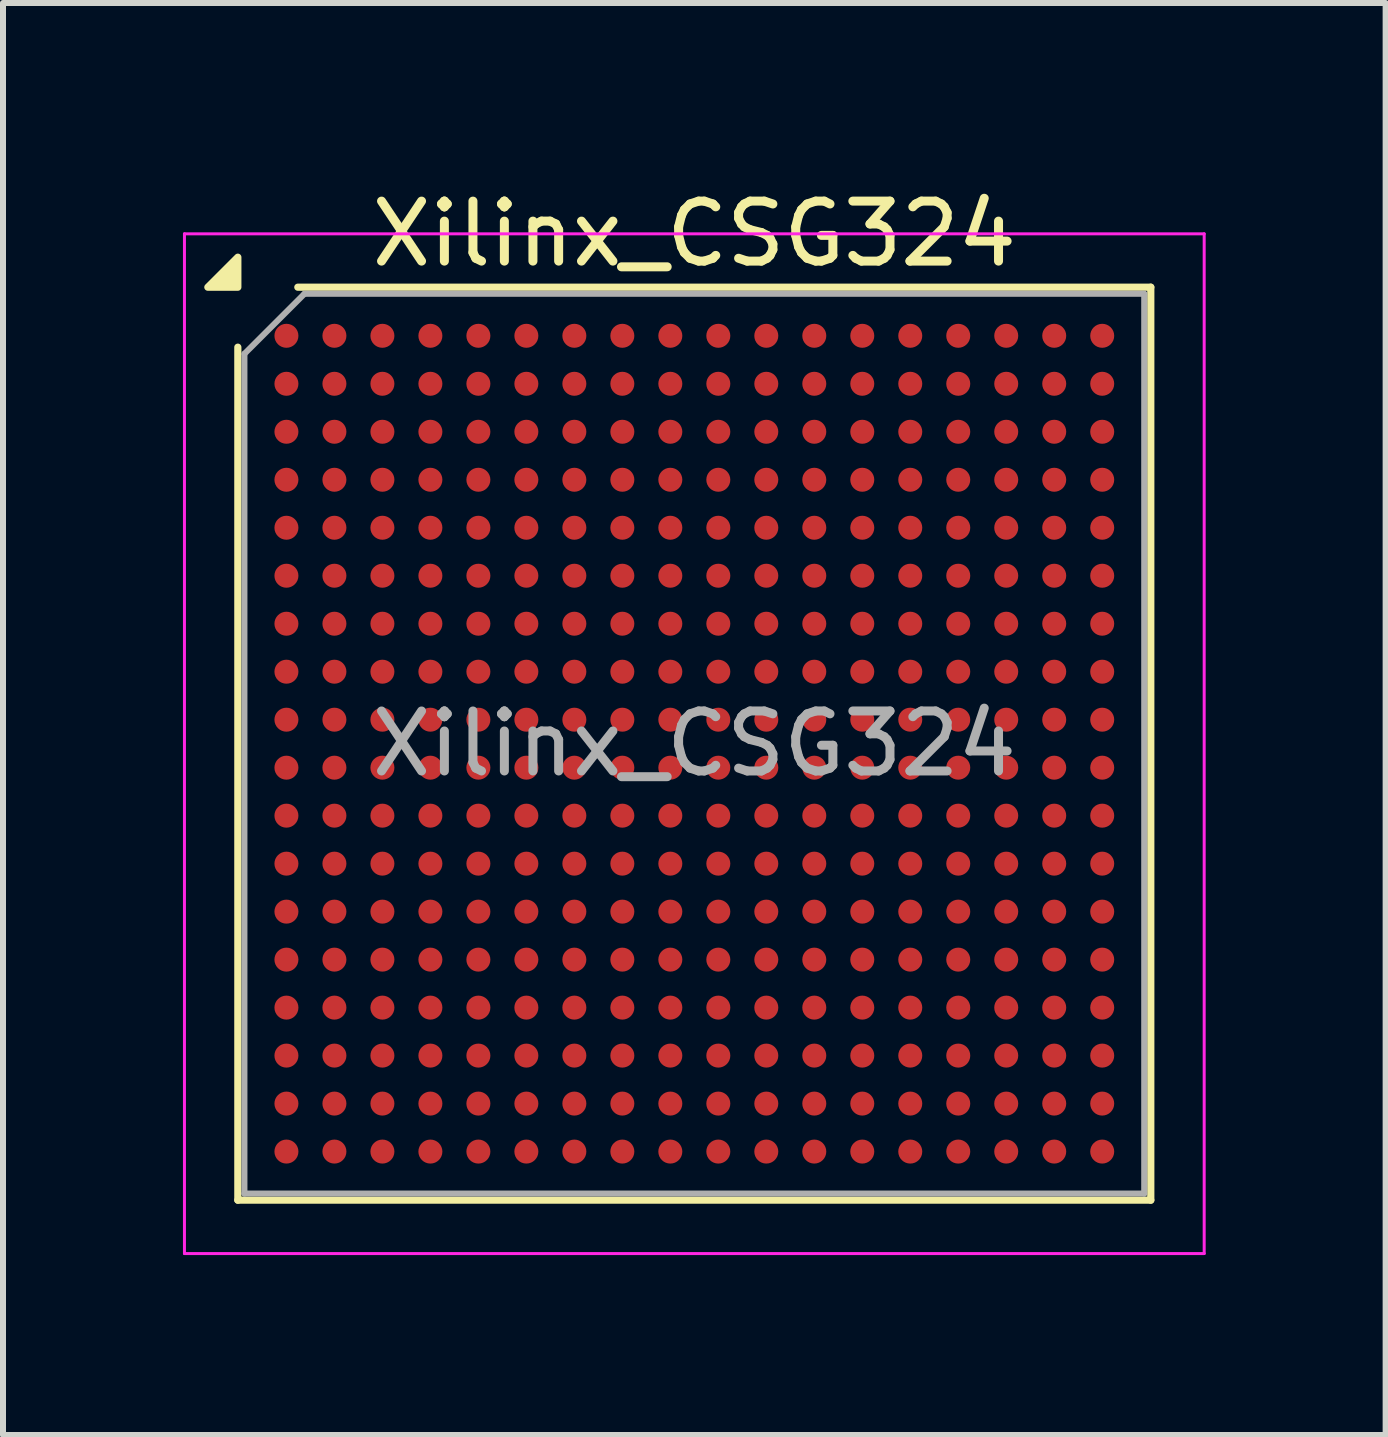
<source format=kicad_pcb>
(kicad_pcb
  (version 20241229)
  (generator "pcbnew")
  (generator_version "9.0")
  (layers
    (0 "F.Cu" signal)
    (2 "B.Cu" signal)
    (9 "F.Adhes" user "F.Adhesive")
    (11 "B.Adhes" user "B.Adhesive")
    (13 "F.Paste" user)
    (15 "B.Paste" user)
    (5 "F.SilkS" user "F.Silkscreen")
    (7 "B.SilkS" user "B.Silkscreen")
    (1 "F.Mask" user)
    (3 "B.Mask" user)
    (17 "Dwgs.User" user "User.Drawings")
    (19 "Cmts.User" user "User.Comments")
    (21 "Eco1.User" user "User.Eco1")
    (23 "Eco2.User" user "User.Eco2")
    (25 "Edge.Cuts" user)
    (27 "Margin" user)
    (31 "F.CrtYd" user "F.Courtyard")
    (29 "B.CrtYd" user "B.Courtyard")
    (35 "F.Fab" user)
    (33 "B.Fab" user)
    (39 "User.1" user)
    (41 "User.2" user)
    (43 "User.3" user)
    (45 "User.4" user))
  (footprint "Xilinx_CSG324"
    (layer "F.Cu")
    (at 8.525 9.348)
    (property "Reference" "Xilinx_CSG324" (at 0 -8.5 0) (layer "F.SilkS") (effects (font (size 1 1) (thickness 0.15))))
    (attr smd)
    (fp_line (start -7.61 7.61) (end -7.61 -6.61) (stroke (width 0.12) (type solid)) (layer "F.SilkS"))
    (fp_line (start -6.61 -7.61) (end 7.61 -7.61) (stroke (width 0.12) (type solid)) (layer "F.SilkS"))
    (fp_line (start 7.61 -7.61) (end 7.61 7.61) (stroke (width 0.12) (type solid)) (layer "F.SilkS"))
    (fp_line (start 7.61 7.61) (end -7.61 7.61) (stroke (width 0.12) (type solid)) (layer "F.SilkS"))
    (fp_poly (pts (xy -7.61 -7.61) (xy -8.11 -7.61) (xy -7.61 -8.11) (xy -7.61 -7.61)) (stroke (width 0.12) (type solid)) (fill yes) (layer "F.SilkS"))
    (fp_line (start -8.5 -8.5) (end -8.5 8.5) (stroke (width 0.05) (type solid)) (layer "F.CrtYd"))
    (fp_line (start -8.5 8.5) (end 8.5 8.5) (stroke (width 0.05) (type solid)) (layer "F.CrtYd"))
    (fp_line (start 8.5 -8.5) (end -8.5 -8.5) (stroke (width 0.05) (type solid)) (layer "F.CrtYd"))
    (fp_line (start 8.5 8.5) (end 8.5 -8.5) (stroke (width 0.05) (type solid)) (layer "F.CrtYd"))
    (fp_line (start -7.5 -6.5) (end -6.5 -7.5) (stroke (width 0.1) (type solid)) (layer "F.Fab"))
    (fp_line (start -7.5 7.5) (end -7.5 -6.5) (stroke (width 0.1) (type solid)) (layer "F.Fab"))
    (fp_line (start -6.5 -7.5) (end 7.5 -7.5) (stroke (width 0.1) (type solid)) (layer "F.Fab"))
    (fp_line (start 7.5 -7.5) (end 7.5 7.5) (stroke (width 0.1) (type solid)) (layer "F.Fab"))
    (fp_line (start 7.5 7.5) (end -7.5 7.5) (stroke (width 0.1) (type solid)) (layer "F.Fab"))
    (fp_text user "${REFERENCE}" (at 0 0 0) (layer "F.Fab") (effects (font (size 1 1) (thickness 0.15))))
    (pad "A1" smd circle (at -6.8 -6.8) (size 0.4 0.4) (property pad_prop_bga) (layers "F.Cu" "F.Mask" "F.Paste"))
    (pad "A2" smd circle (at -6 -6.8) (size 0.4 0.4) (property pad_prop_bga) (layers "F.Cu" "F.Mask" "F.Paste"))
    (pad "A3" smd circle (at -5.2 -6.8) (size 0.4 0.4) (property pad_prop_bga) (layers "F.Cu" "F.Mask" "F.Paste"))
    (pad "A4" smd circle (at -4.4 -6.8) (size 0.4 0.4) (property pad_prop_bga) (layers "F.Cu" "F.Mask" "F.Paste"))
    (pad "A5" smd circle (at -3.6 -6.8) (size 0.4 0.4) (property pad_prop_bga) (layers "F.Cu" "F.Mask" "F.Paste"))
    (pad "A6" smd circle (at -2.8 -6.8) (size 0.4 0.4) (property pad_prop_bga) (layers "F.Cu" "F.Mask" "F.Paste"))
    (pad "A7" smd circle (at -2 -6.8) (size 0.4 0.4) (property pad_prop_bga) (layers "F.Cu" "F.Mask" "F.Paste"))
    (pad "A8" smd circle (at -1.2 -6.8) (size 0.4 0.4) (property pad_prop_bga) (layers "F.Cu" "F.Mask" "F.Paste"))
    (pad "A9" smd circle (at -0.4 -6.8) (size 0.4 0.4) (property pad_prop_bga) (layers "F.Cu" "F.Mask" "F.Paste"))
    (pad "A10" smd circle (at 0.4 -6.8) (size 0.4 0.4) (property pad_prop_bga) (layers "F.Cu" "F.Mask" "F.Paste"))
    (pad "A11" smd circle (at 1.2 -6.8) (size 0.4 0.4) (property pad_prop_bga) (layers "F.Cu" "F.Mask" "F.Paste"))
    (pad "A12" smd circle (at 2 -6.8) (size 0.4 0.4) (property pad_prop_bga) (layers "F.Cu" "F.Mask" "F.Paste"))
    (pad "A13" smd circle (at 2.8 -6.8) (size 0.4 0.4) (property pad_prop_bga) (layers "F.Cu" "F.Mask" "F.Paste"))
    (pad "A14" smd circle (at 3.6 -6.8) (size 0.4 0.4) (property pad_prop_bga) (layers "F.Cu" "F.Mask" "F.Paste"))
    (pad "A15" smd circle (at 4.4 -6.8) (size 0.4 0.4) (property pad_prop_bga) (layers "F.Cu" "F.Mask" "F.Paste"))
    (pad "A16" smd circle (at 5.2 -6.8) (size 0.4 0.4) (property pad_prop_bga) (layers "F.Cu" "F.Mask" "F.Paste"))
    (pad "A17" smd circle (at 6 -6.8) (size 0.4 0.4) (property pad_prop_bga) (layers "F.Cu" "F.Mask" "F.Paste"))
    (pad "A18" smd circle (at 6.8 -6.8) (size 0.4 0.4) (property pad_prop_bga) (layers "F.Cu" "F.Mask" "F.Paste"))
    (pad "B1" smd circle (at -6.8 -6) (size 0.4 0.4) (property pad_prop_bga) (layers "F.Cu" "F.Mask" "F.Paste"))
    (pad "B2" smd circle (at -6 -6) (size 0.4 0.4) (property pad_prop_bga) (layers "F.Cu" "F.Mask" "F.Paste"))
    (pad "B3" smd circle (at -5.2 -6) (size 0.4 0.4) (property pad_prop_bga) (layers "F.Cu" "F.Mask" "F.Paste"))
    (pad "B4" smd circle (at -4.4 -6) (size 0.4 0.4) (property pad_prop_bga) (layers "F.Cu" "F.Mask" "F.Paste"))
    (pad "B5" smd circle (at -3.6 -6) (size 0.4 0.4) (property pad_prop_bga) (layers "F.Cu" "F.Mask" "F.Paste"))
    (pad "B6" smd circle (at -2.8 -6) (size 0.4 0.4) (property pad_prop_bga) (layers "F.Cu" "F.Mask" "F.Paste"))
    (pad "B7" smd circle (at -2 -6) (size 0.4 0.4) (property pad_prop_bga) (layers "F.Cu" "F.Mask" "F.Paste"))
    (pad "B8" smd circle (at -1.2 -6) (size 0.4 0.4) (property pad_prop_bga) (layers "F.Cu" "F.Mask" "F.Paste"))
    (pad "B9" smd circle (at -0.4 -6) (size 0.4 0.4) (property pad_prop_bga) (layers "F.Cu" "F.Mask" "F.Paste"))
    (pad "B10" smd circle (at 0.4 -6) (size 0.4 0.4) (property pad_prop_bga) (layers "F.Cu" "F.Mask" "F.Paste"))
    (pad "B11" smd circle (at 1.2 -6) (size 0.4 0.4) (property pad_prop_bga) (layers "F.Cu" "F.Mask" "F.Paste"))
    (pad "B12" smd circle (at 2 -6) (size 0.4 0.4) (property pad_prop_bga) (layers "F.Cu" "F.Mask" "F.Paste"))
    (pad "B13" smd circle (at 2.8 -6) (size 0.4 0.4) (property pad_prop_bga) (layers "F.Cu" "F.Mask" "F.Paste"))
    (pad "B14" smd circle (at 3.6 -6) (size 0.4 0.4) (property pad_prop_bga) (layers "F.Cu" "F.Mask" "F.Paste"))
    (pad "B15" smd circle (at 4.4 -6) (size 0.4 0.4) (property pad_prop_bga) (layers "F.Cu" "F.Mask" "F.Paste"))
    (pad "B16" smd circle (at 5.2 -6) (size 0.4 0.4) (property pad_prop_bga) (layers "F.Cu" "F.Mask" "F.Paste"))
    (pad "B17" smd circle (at 6 -6) (size 0.4 0.4) (property pad_prop_bga) (layers "F.Cu" "F.Mask" "F.Paste"))
    (pad "B18" smd circle (at 6.8 -6) (size 0.4 0.4) (property pad_prop_bga) (layers "F.Cu" "F.Mask" "F.Paste"))
    (pad "C1" smd circle (at -6.8 -5.2) (size 0.4 0.4) (property pad_prop_bga) (layers "F.Cu" "F.Mask" "F.Paste"))
    (pad "C2" smd circle (at -6 -5.2) (size 0.4 0.4) (property pad_prop_bga) (layers "F.Cu" "F.Mask" "F.Paste"))
    (pad "C3" smd circle (at -5.2 -5.2) (size 0.4 0.4) (property pad_prop_bga) (layers "F.Cu" "F.Mask" "F.Paste"))
    (pad "C4" smd circle (at -4.4 -5.2) (size 0.4 0.4) (property pad_prop_bga) (layers "F.Cu" "F.Mask" "F.Paste"))
    (pad "C5" smd circle (at -3.6 -5.2) (size 0.4 0.4) (property pad_prop_bga) (layers "F.Cu" "F.Mask" "F.Paste"))
    (pad "C6" smd circle (at -2.8 -5.2) (size 0.4 0.4) (property pad_prop_bga) (layers "F.Cu" "F.Mask" "F.Paste"))
    (pad "C7" smd circle (at -2 -5.2) (size 0.4 0.4) (property pad_prop_bga) (layers "F.Cu" "F.Mask" "F.Paste"))
    (pad "C8" smd circle (at -1.2 -5.2) (size 0.4 0.4) (property pad_prop_bga) (layers "F.Cu" "F.Mask" "F.Paste"))
    (pad "C9" smd circle (at -0.4 -5.2) (size 0.4 0.4) (property pad_prop_bga) (layers "F.Cu" "F.Mask" "F.Paste"))
    (pad "C10" smd circle (at 0.4 -5.2) (size 0.4 0.4) (property pad_prop_bga) (layers "F.Cu" "F.Mask" "F.Paste"))
    (pad "C11" smd circle (at 1.2 -5.2) (size 0.4 0.4) (property pad_prop_bga) (layers "F.Cu" "F.Mask" "F.Paste"))
    (pad "C12" smd circle (at 2 -5.2) (size 0.4 0.4) (property pad_prop_bga) (layers "F.Cu" "F.Mask" "F.Paste"))
    (pad "C13" smd circle (at 2.8 -5.2) (size 0.4 0.4) (property pad_prop_bga) (layers "F.Cu" "F.Mask" "F.Paste"))
    (pad "C14" smd circle (at 3.6 -5.2) (size 0.4 0.4) (property pad_prop_bga) (layers "F.Cu" "F.Mask" "F.Paste"))
    (pad "C15" smd circle (at 4.4 -5.2) (size 0.4 0.4) (property pad_prop_bga) (layers "F.Cu" "F.Mask" "F.Paste"))
    (pad "C16" smd circle (at 5.2 -5.2) (size 0.4 0.4) (property pad_prop_bga) (layers "F.Cu" "F.Mask" "F.Paste"))
    (pad "C17" smd circle (at 6 -5.2) (size 0.4 0.4) (property pad_prop_bga) (layers "F.Cu" "F.Mask" "F.Paste"))
    (pad "C18" smd circle (at 6.8 -5.2) (size 0.4 0.4) (property pad_prop_bga) (layers "F.Cu" "F.Mask" "F.Paste"))
    (pad "D1" smd circle (at -6.8 -4.4) (size 0.4 0.4) (property pad_prop_bga) (layers "F.Cu" "F.Mask" "F.Paste"))
    (pad "D2" smd circle (at -6 -4.4) (size 0.4 0.4) (property pad_prop_bga) (layers "F.Cu" "F.Mask" "F.Paste"))
    (pad "D3" smd circle (at -5.2 -4.4) (size 0.4 0.4) (property pad_prop_bga) (layers "F.Cu" "F.Mask" "F.Paste"))
    (pad "D4" smd circle (at -4.4 -4.4) (size 0.4 0.4) (property pad_prop_bga) (layers "F.Cu" "F.Mask" "F.Paste"))
    (pad "D5" smd circle (at -3.6 -4.4) (size 0.4 0.4) (property pad_prop_bga) (layers "F.Cu" "F.Mask" "F.Paste"))
    (pad "D6" smd circle (at -2.8 -4.4) (size 0.4 0.4) (property pad_prop_bga) (layers "F.Cu" "F.Mask" "F.Paste"))
    (pad "D7" smd circle (at -2 -4.4) (size 0.4 0.4) (property pad_prop_bga) (layers "F.Cu" "F.Mask" "F.Paste"))
    (pad "D8" smd circle (at -1.2 -4.4) (size 0.4 0.4) (property pad_prop_bga) (layers "F.Cu" "F.Mask" "F.Paste"))
    (pad "D9" smd circle (at -0.4 -4.4) (size 0.4 0.4) (property pad_prop_bga) (layers "F.Cu" "F.Mask" "F.Paste"))
    (pad "D10" smd circle (at 0.4 -4.4) (size 0.4 0.4) (property pad_prop_bga) (layers "F.Cu" "F.Mask" "F.Paste"))
    (pad "D11" smd circle (at 1.2 -4.4) (size 0.4 0.4) (property pad_prop_bga) (layers "F.Cu" "F.Mask" "F.Paste"))
    (pad "D12" smd circle (at 2 -4.4) (size 0.4 0.4) (property pad_prop_bga) (layers "F.Cu" "F.Mask" "F.Paste"))
    (pad "D13" smd circle (at 2.8 -4.4) (size 0.4 0.4) (property pad_prop_bga) (layers "F.Cu" "F.Mask" "F.Paste"))
    (pad "D14" smd circle (at 3.6 -4.4) (size 0.4 0.4) (property pad_prop_bga) (layers "F.Cu" "F.Mask" "F.Paste"))
    (pad "D15" smd circle (at 4.4 -4.4) (size 0.4 0.4) (property pad_prop_bga) (layers "F.Cu" "F.Mask" "F.Paste"))
    (pad "D16" smd circle (at 5.2 -4.4) (size 0.4 0.4) (property pad_prop_bga) (layers "F.Cu" "F.Mask" "F.Paste"))
    (pad "D17" smd circle (at 6 -4.4) (size 0.4 0.4) (property pad_prop_bga) (layers "F.Cu" "F.Mask" "F.Paste"))
    (pad "D18" smd circle (at 6.8 -4.4) (size 0.4 0.4) (property pad_prop_bga) (layers "F.Cu" "F.Mask" "F.Paste"))
    (pad "E1" smd circle (at -6.8 -3.6) (size 0.4 0.4) (property pad_prop_bga) (layers "F.Cu" "F.Mask" "F.Paste"))
    (pad "E2" smd circle (at -6 -3.6) (size 0.4 0.4) (property pad_prop_bga) (layers "F.Cu" "F.Mask" "F.Paste"))
    (pad "E3" smd circle (at -5.2 -3.6) (size 0.4 0.4) (property pad_prop_bga) (layers "F.Cu" "F.Mask" "F.Paste"))
    (pad "E4" smd circle (at -4.4 -3.6) (size 0.4 0.4) (property pad_prop_bga) (layers "F.Cu" "F.Mask" "F.Paste"))
    (pad "E5" smd circle (at -3.6 -3.6) (size 0.4 0.4) (property pad_prop_bga) (layers "F.Cu" "F.Mask" "F.Paste"))
    (pad "E6" smd circle (at -2.8 -3.6) (size 0.4 0.4) (property pad_prop_bga) (layers "F.Cu" "F.Mask" "F.Paste"))
    (pad "E7" smd circle (at -2 -3.6) (size 0.4 0.4) (property pad_prop_bga) (layers "F.Cu" "F.Mask" "F.Paste"))
    (pad "E8" smd circle (at -1.2 -3.6) (size 0.4 0.4) (property pad_prop_bga) (layers "F.Cu" "F.Mask" "F.Paste"))
    (pad "E9" smd circle (at -0.4 -3.6) (size 0.4 0.4) (property pad_prop_bga) (layers "F.Cu" "F.Mask" "F.Paste"))
    (pad "E10" smd circle (at 0.4 -3.6) (size 0.4 0.4) (property pad_prop_bga) (layers "F.Cu" "F.Mask" "F.Paste"))
    (pad "E11" smd circle (at 1.2 -3.6) (size 0.4 0.4) (property pad_prop_bga) (layers "F.Cu" "F.Mask" "F.Paste"))
    (pad "E12" smd circle (at 2 -3.6) (size 0.4 0.4) (property pad_prop_bga) (layers "F.Cu" "F.Mask" "F.Paste"))
    (pad "E13" smd circle (at 2.8 -3.6) (size 0.4 0.4) (property pad_prop_bga) (layers "F.Cu" "F.Mask" "F.Paste"))
    (pad "E14" smd circle (at 3.6 -3.6) (size 0.4 0.4) (property pad_prop_bga) (layers "F.Cu" "F.Mask" "F.Paste"))
    (pad "E15" smd circle (at 4.4 -3.6) (size 0.4 0.4) (property pad_prop_bga) (layers "F.Cu" "F.Mask" "F.Paste"))
    (pad "E16" smd circle (at 5.2 -3.6) (size 0.4 0.4) (property pad_prop_bga) (layers "F.Cu" "F.Mask" "F.Paste"))
    (pad "E17" smd circle (at 6 -3.6) (size 0.4 0.4) (property pad_prop_bga) (layers "F.Cu" "F.Mask" "F.Paste"))
    (pad "E18" smd circle (at 6.8 -3.6) (size 0.4 0.4) (property pad_prop_bga) (layers "F.Cu" "F.Mask" "F.Paste"))
    (pad "F1" smd circle (at -6.8 -2.8) (size 0.4 0.4) (property pad_prop_bga) (layers "F.Cu" "F.Mask" "F.Paste"))
    (pad "F2" smd circle (at -6 -2.8) (size 0.4 0.4) (property pad_prop_bga) (layers "F.Cu" "F.Mask" "F.Paste"))
    (pad "F3" smd circle (at -5.2 -2.8) (size 0.4 0.4) (property pad_prop_bga) (layers "F.Cu" "F.Mask" "F.Paste"))
    (pad "F4" smd circle (at -4.4 -2.8) (size 0.4 0.4) (property pad_prop_bga) (layers "F.Cu" "F.Mask" "F.Paste"))
    (pad "F5" smd circle (at -3.6 -2.8) (size 0.4 0.4) (property pad_prop_bga) (layers "F.Cu" "F.Mask" "F.Paste"))
    (pad "F6" smd circle (at -2.8 -2.8) (size 0.4 0.4) (property pad_prop_bga) (layers "F.Cu" "F.Mask" "F.Paste"))
    (pad "F7" smd circle (at -2 -2.8) (size 0.4 0.4) (property pad_prop_bga) (layers "F.Cu" "F.Mask" "F.Paste"))
    (pad "F8" smd circle (at -1.2 -2.8) (size 0.4 0.4) (property pad_prop_bga) (layers "F.Cu" "F.Mask" "F.Paste"))
    (pad "F9" smd circle (at -0.4 -2.8) (size 0.4 0.4) (property pad_prop_bga) (layers "F.Cu" "F.Mask" "F.Paste"))
    (pad "F10" smd circle (at 0.4 -2.8) (size 0.4 0.4) (property pad_prop_bga) (layers "F.Cu" "F.Mask" "F.Paste"))
    (pad "F11" smd circle (at 1.2 -2.8) (size 0.4 0.4) (property pad_prop_bga) (layers "F.Cu" "F.Mask" "F.Paste"))
    (pad "F12" smd circle (at 2 -2.8) (size 0.4 0.4) (property pad_prop_bga) (layers "F.Cu" "F.Mask" "F.Paste"))
    (pad "F13" smd circle (at 2.8 -2.8) (size 0.4 0.4) (property pad_prop_bga) (layers "F.Cu" "F.Mask" "F.Paste"))
    (pad "F14" smd circle (at 3.6 -2.8) (size 0.4 0.4) (property pad_prop_bga) (layers "F.Cu" "F.Mask" "F.Paste"))
    (pad "F15" smd circle (at 4.4 -2.8) (size 0.4 0.4) (property pad_prop_bga) (layers "F.Cu" "F.Mask" "F.Paste"))
    (pad "F16" smd circle (at 5.2 -2.8) (size 0.4 0.4) (property pad_prop_bga) (layers "F.Cu" "F.Mask" "F.Paste"))
    (pad "F17" smd circle (at 6 -2.8) (size 0.4 0.4) (property pad_prop_bga) (layers "F.Cu" "F.Mask" "F.Paste"))
    (pad "F18" smd circle (at 6.8 -2.8) (size 0.4 0.4) (property pad_prop_bga) (layers "F.Cu" "F.Mask" "F.Paste"))
    (pad "G1" smd circle (at -6.8 -2) (size 0.4 0.4) (property pad_prop_bga) (layers "F.Cu" "F.Mask" "F.Paste"))
    (pad "G2" smd circle (at -6 -2) (size 0.4 0.4) (property pad_prop_bga) (layers "F.Cu" "F.Mask" "F.Paste"))
    (pad "G3" smd circle (at -5.2 -2) (size 0.4 0.4) (property pad_prop_bga) (layers "F.Cu" "F.Mask" "F.Paste"))
    (pad "G4" smd circle (at -4.4 -2) (size 0.4 0.4) (property pad_prop_bga) (layers "F.Cu" "F.Mask" "F.Paste"))
    (pad "G5" smd circle (at -3.6 -2) (size 0.4 0.4) (property pad_prop_bga) (layers "F.Cu" "F.Mask" "F.Paste"))
    (pad "G6" smd circle (at -2.8 -2) (size 0.4 0.4) (property pad_prop_bga) (layers "F.Cu" "F.Mask" "F.Paste"))
    (pad "G7" smd circle (at -2 -2) (size 0.4 0.4) (property pad_prop_bga) (layers "F.Cu" "F.Mask" "F.Paste"))
    (pad "G8" smd circle (at -1.2 -2) (size 0.4 0.4) (property pad_prop_bga) (layers "F.Cu" "F.Mask" "F.Paste"))
    (pad "G9" smd circle (at -0.4 -2) (size 0.4 0.4) (property pad_prop_bga) (layers "F.Cu" "F.Mask" "F.Paste"))
    (pad "G10" smd circle (at 0.4 -2) (size 0.4 0.4) (property pad_prop_bga) (layers "F.Cu" "F.Mask" "F.Paste"))
    (pad "G11" smd circle (at 1.2 -2) (size 0.4 0.4) (property pad_prop_bga) (layers "F.Cu" "F.Mask" "F.Paste"))
    (pad "G12" smd circle (at 2 -2) (size 0.4 0.4) (property pad_prop_bga) (layers "F.Cu" "F.Mask" "F.Paste"))
    (pad "G13" smd circle (at 2.8 -2) (size 0.4 0.4) (property pad_prop_bga) (layers "F.Cu" "F.Mask" "F.Paste"))
    (pad "G14" smd circle (at 3.6 -2) (size 0.4 0.4) (property pad_prop_bga) (layers "F.Cu" "F.Mask" "F.Paste"))
    (pad "G15" smd circle (at 4.4 -2) (size 0.4 0.4) (property pad_prop_bga) (layers "F.Cu" "F.Mask" "F.Paste"))
    (pad "G16" smd circle (at 5.2 -2) (size 0.4 0.4) (property pad_prop_bga) (layers "F.Cu" "F.Mask" "F.Paste"))
    (pad "G17" smd circle (at 6 -2) (size 0.4 0.4) (property pad_prop_bga) (layers "F.Cu" "F.Mask" "F.Paste"))
    (pad "G18" smd circle (at 6.8 -2) (size 0.4 0.4) (property pad_prop_bga) (layers "F.Cu" "F.Mask" "F.Paste"))
    (pad "H1" smd circle (at -6.8 -1.2) (size 0.4 0.4) (property pad_prop_bga) (layers "F.Cu" "F.Mask" "F.Paste"))
    (pad "H2" smd circle (at -6 -1.2) (size 0.4 0.4) (property pad_prop_bga) (layers "F.Cu" "F.Mask" "F.Paste"))
    (pad "H3" smd circle (at -5.2 -1.2) (size 0.4 0.4) (property pad_prop_bga) (layers "F.Cu" "F.Mask" "F.Paste"))
    (pad "H4" smd circle (at -4.4 -1.2) (size 0.4 0.4) (property pad_prop_bga) (layers "F.Cu" "F.Mask" "F.Paste"))
    (pad "H5" smd circle (at -3.6 -1.2) (size 0.4 0.4) (property pad_prop_bga) (layers "F.Cu" "F.Mask" "F.Paste"))
    (pad "H6" smd circle (at -2.8 -1.2) (size 0.4 0.4) (property pad_prop_bga) (layers "F.Cu" "F.Mask" "F.Paste"))
    (pad "H7" smd circle (at -2 -1.2) (size 0.4 0.4) (property pad_prop_bga) (layers "F.Cu" "F.Mask" "F.Paste"))
    (pad "H8" smd circle (at -1.2 -1.2) (size 0.4 0.4) (property pad_prop_bga) (layers "F.Cu" "F.Mask" "F.Paste"))
    (pad "H9" smd circle (at -0.4 -1.2) (size 0.4 0.4) (property pad_prop_bga) (layers "F.Cu" "F.Mask" "F.Paste"))
    (pad "H10" smd circle (at 0.4 -1.2) (size 0.4 0.4) (property pad_prop_bga) (layers "F.Cu" "F.Mask" "F.Paste"))
    (pad "H11" smd circle (at 1.2 -1.2) (size 0.4 0.4) (property pad_prop_bga) (layers "F.Cu" "F.Mask" "F.Paste"))
    (pad "H12" smd circle (at 2 -1.2) (size 0.4 0.4) (property pad_prop_bga) (layers "F.Cu" "F.Mask" "F.Paste"))
    (pad "H13" smd circle (at 2.8 -1.2) (size 0.4 0.4) (property pad_prop_bga) (layers "F.Cu" "F.Mask" "F.Paste"))
    (pad "H14" smd circle (at 3.6 -1.2) (size 0.4 0.4) (property pad_prop_bga) (layers "F.Cu" "F.Mask" "F.Paste"))
    (pad "H15" smd circle (at 4.4 -1.2) (size 0.4 0.4) (property pad_prop_bga) (layers "F.Cu" "F.Mask" "F.Paste"))
    (pad "H16" smd circle (at 5.2 -1.2) (size 0.4 0.4) (property pad_prop_bga) (layers "F.Cu" "F.Mask" "F.Paste"))
    (pad "H17" smd circle (at 6 -1.2) (size 0.4 0.4) (property pad_prop_bga) (layers "F.Cu" "F.Mask" "F.Paste"))
    (pad "H18" smd circle (at 6.8 -1.2) (size 0.4 0.4) (property pad_prop_bga) (layers "F.Cu" "F.Mask" "F.Paste"))
    (pad "J1" smd circle (at -6.8 -0.4) (size 0.4 0.4) (property pad_prop_bga) (layers "F.Cu" "F.Mask" "F.Paste"))
    (pad "J2" smd circle (at -6 -0.4) (size 0.4 0.4) (property pad_prop_bga) (layers "F.Cu" "F.Mask" "F.Paste"))
    (pad "J3" smd circle (at -5.2 -0.4) (size 0.4 0.4) (property pad_prop_bga) (layers "F.Cu" "F.Mask" "F.Paste"))
    (pad "J4" smd circle (at -4.4 -0.4) (size 0.4 0.4) (property pad_prop_bga) (layers "F.Cu" "F.Mask" "F.Paste"))
    (pad "J5" smd circle (at -3.6 -0.4) (size 0.4 0.4) (property pad_prop_bga) (layers "F.Cu" "F.Mask" "F.Paste"))
    (pad "J6" smd circle (at -2.8 -0.4) (size 0.4 0.4) (property pad_prop_bga) (layers "F.Cu" "F.Mask" "F.Paste"))
    (pad "J7" smd circle (at -2 -0.4) (size 0.4 0.4) (property pad_prop_bga) (layers "F.Cu" "F.Mask" "F.Paste"))
    (pad "J8" smd circle (at -1.2 -0.4) (size 0.4 0.4) (property pad_prop_bga) (layers "F.Cu" "F.Mask" "F.Paste"))
    (pad "J9" smd circle (at -0.4 -0.4) (size 0.4 0.4) (property pad_prop_bga) (layers "F.Cu" "F.Mask" "F.Paste"))
    (pad "J10" smd circle (at 0.4 -0.4) (size 0.4 0.4) (property pad_prop_bga) (layers "F.Cu" "F.Mask" "F.Paste"))
    (pad "J11" smd circle (at 1.2 -0.4) (size 0.4 0.4) (property pad_prop_bga) (layers "F.Cu" "F.Mask" "F.Paste"))
    (pad "J12" smd circle (at 2 -0.4) (size 0.4 0.4) (property pad_prop_bga) (layers "F.Cu" "F.Mask" "F.Paste"))
    (pad "J13" smd circle (at 2.8 -0.4) (size 0.4 0.4) (property pad_prop_bga) (layers "F.Cu" "F.Mask" "F.Paste"))
    (pad "J14" smd circle (at 3.6 -0.4) (size 0.4 0.4) (property pad_prop_bga) (layers "F.Cu" "F.Mask" "F.Paste"))
    (pad "J15" smd circle (at 4.4 -0.4) (size 0.4 0.4) (property pad_prop_bga) (layers "F.Cu" "F.Mask" "F.Paste"))
    (pad "J16" smd circle (at 5.2 -0.4) (size 0.4 0.4) (property pad_prop_bga) (layers "F.Cu" "F.Mask" "F.Paste"))
    (pad "J17" smd circle (at 6 -0.4) (size 0.4 0.4) (property pad_prop_bga) (layers "F.Cu" "F.Mask" "F.Paste"))
    (pad "J18" smd circle (at 6.8 -0.4) (size 0.4 0.4) (property pad_prop_bga) (layers "F.Cu" "F.Mask" "F.Paste"))
    (pad "K1" smd circle (at -6.8 0.4) (size 0.4 0.4) (property pad_prop_bga) (layers "F.Cu" "F.Mask" "F.Paste"))
    (pad "K2" smd circle (at -6 0.4) (size 0.4 0.4) (property pad_prop_bga) (layers "F.Cu" "F.Mask" "F.Paste"))
    (pad "K3" smd circle (at -5.2 0.4) (size 0.4 0.4) (property pad_prop_bga) (layers "F.Cu" "F.Mask" "F.Paste"))
    (pad "K4" smd circle (at -4.4 0.4) (size 0.4 0.4) (property pad_prop_bga) (layers "F.Cu" "F.Mask" "F.Paste"))
    (pad "K5" smd circle (at -3.6 0.4) (size 0.4 0.4) (property pad_prop_bga) (layers "F.Cu" "F.Mask" "F.Paste"))
    (pad "K6" smd circle (at -2.8 0.4) (size 0.4 0.4) (property pad_prop_bga) (layers "F.Cu" "F.Mask" "F.Paste"))
    (pad "K7" smd circle (at -2 0.4) (size 0.4 0.4) (property pad_prop_bga) (layers "F.Cu" "F.Mask" "F.Paste"))
    (pad "K8" smd circle (at -1.2 0.4) (size 0.4 0.4) (property pad_prop_bga) (layers "F.Cu" "F.Mask" "F.Paste"))
    (pad "K9" smd circle (at -0.4 0.4) (size 0.4 0.4) (property pad_prop_bga) (layers "F.Cu" "F.Mask" "F.Paste"))
    (pad "K10" smd circle (at 0.4 0.4) (size 0.4 0.4) (property pad_prop_bga) (layers "F.Cu" "F.Mask" "F.Paste"))
    (pad "K11" smd circle (at 1.2 0.4) (size 0.4 0.4) (property pad_prop_bga) (layers "F.Cu" "F.Mask" "F.Paste"))
    (pad "K12" smd circle (at 2 0.4) (size 0.4 0.4) (property pad_prop_bga) (layers "F.Cu" "F.Mask" "F.Paste"))
    (pad "K13" smd circle (at 2.8 0.4) (size 0.4 0.4) (property pad_prop_bga) (layers "F.Cu" "F.Mask" "F.Paste"))
    (pad "K14" smd circle (at 3.6 0.4) (size 0.4 0.4) (property pad_prop_bga) (layers "F.Cu" "F.Mask" "F.Paste"))
    (pad "K15" smd circle (at 4.4 0.4) (size 0.4 0.4) (property pad_prop_bga) (layers "F.Cu" "F.Mask" "F.Paste"))
    (pad "K16" smd circle (at 5.2 0.4) (size 0.4 0.4) (property pad_prop_bga) (layers "F.Cu" "F.Mask" "F.Paste"))
    (pad "K17" smd circle (at 6 0.4) (size 0.4 0.4) (property pad_prop_bga) (layers "F.Cu" "F.Mask" "F.Paste"))
    (pad "K18" smd circle (at 6.8 0.4) (size 0.4 0.4) (property pad_prop_bga) (layers "F.Cu" "F.Mask" "F.Paste"))
    (pad "L1" smd circle (at -6.8 1.2) (size 0.4 0.4) (property pad_prop_bga) (layers "F.Cu" "F.Mask" "F.Paste"))
    (pad "L2" smd circle (at -6 1.2) (size 0.4 0.4) (property pad_prop_bga) (layers "F.Cu" "F.Mask" "F.Paste"))
    (pad "L3" smd circle (at -5.2 1.2) (size 0.4 0.4) (property pad_prop_bga) (layers "F.Cu" "F.Mask" "F.Paste"))
    (pad "L4" smd circle (at -4.4 1.2) (size 0.4 0.4) (property pad_prop_bga) (layers "F.Cu" "F.Mask" "F.Paste"))
    (pad "L5" smd circle (at -3.6 1.2) (size 0.4 0.4) (property pad_prop_bga) (layers "F.Cu" "F.Mask" "F.Paste"))
    (pad "L6" smd circle (at -2.8 1.2) (size 0.4 0.4) (property pad_prop_bga) (layers "F.Cu" "F.Mask" "F.Paste"))
    (pad "L7" smd circle (at -2 1.2) (size 0.4 0.4) (property pad_prop_bga) (layers "F.Cu" "F.Mask" "F.Paste"))
    (pad "L8" smd circle (at -1.2 1.2) (size 0.4 0.4) (property pad_prop_bga) (layers "F.Cu" "F.Mask" "F.Paste"))
    (pad "L9" smd circle (at -0.4 1.2) (size 0.4 0.4) (property pad_prop_bga) (layers "F.Cu" "F.Mask" "F.Paste"))
    (pad "L10" smd circle (at 0.4 1.2) (size 0.4 0.4) (property pad_prop_bga) (layers "F.Cu" "F.Mask" "F.Paste"))
    (pad "L11" smd circle (at 1.2 1.2) (size 0.4 0.4) (property pad_prop_bga) (layers "F.Cu" "F.Mask" "F.Paste"))
    (pad "L12" smd circle (at 2 1.2) (size 0.4 0.4) (property pad_prop_bga) (layers "F.Cu" "F.Mask" "F.Paste"))
    (pad "L13" smd circle (at 2.8 1.2) (size 0.4 0.4) (property pad_prop_bga) (layers "F.Cu" "F.Mask" "F.Paste"))
    (pad "L14" smd circle (at 3.6 1.2) (size 0.4 0.4) (property pad_prop_bga) (layers "F.Cu" "F.Mask" "F.Paste"))
    (pad "L15" smd circle (at 4.4 1.2) (size 0.4 0.4) (property pad_prop_bga) (layers "F.Cu" "F.Mask" "F.Paste"))
    (pad "L16" smd circle (at 5.2 1.2) (size 0.4 0.4) (property pad_prop_bga) (layers "F.Cu" "F.Mask" "F.Paste"))
    (pad "L17" smd circle (at 6 1.2) (size 0.4 0.4) (property pad_prop_bga) (layers "F.Cu" "F.Mask" "F.Paste"))
    (pad "L18" smd circle (at 6.8 1.2) (size 0.4 0.4) (property pad_prop_bga) (layers "F.Cu" "F.Mask" "F.Paste"))
    (pad "M1" smd circle (at -6.8 2) (size 0.4 0.4) (property pad_prop_bga) (layers "F.Cu" "F.Mask" "F.Paste"))
    (pad "M2" smd circle (at -6 2) (size 0.4 0.4) (property pad_prop_bga) (layers "F.Cu" "F.Mask" "F.Paste"))
    (pad "M3" smd circle (at -5.2 2) (size 0.4 0.4) (property pad_prop_bga) (layers "F.Cu" "F.Mask" "F.Paste"))
    (pad "M4" smd circle (at -4.4 2) (size 0.4 0.4) (property pad_prop_bga) (layers "F.Cu" "F.Mask" "F.Paste"))
    (pad "M5" smd circle (at -3.6 2) (size 0.4 0.4) (property pad_prop_bga) (layers "F.Cu" "F.Mask" "F.Paste"))
    (pad "M6" smd circle (at -2.8 2) (size 0.4 0.4) (property pad_prop_bga) (layers "F.Cu" "F.Mask" "F.Paste"))
    (pad "M7" smd circle (at -2 2) (size 0.4 0.4) (property pad_prop_bga) (layers "F.Cu" "F.Mask" "F.Paste"))
    (pad "M8" smd circle (at -1.2 2) (size 0.4 0.4) (property pad_prop_bga) (layers "F.Cu" "F.Mask" "F.Paste"))
    (pad "M9" smd circle (at -0.4 2) (size 0.4 0.4) (property pad_prop_bga) (layers "F.Cu" "F.Mask" "F.Paste"))
    (pad "M10" smd circle (at 0.4 2) (size 0.4 0.4) (property pad_prop_bga) (layers "F.Cu" "F.Mask" "F.Paste"))
    (pad "M11" smd circle (at 1.2 2) (size 0.4 0.4) (property pad_prop_bga) (layers "F.Cu" "F.Mask" "F.Paste"))
    (pad "M12" smd circle (at 2 2) (size 0.4 0.4) (property pad_prop_bga) (layers "F.Cu" "F.Mask" "F.Paste"))
    (pad "M13" smd circle (at 2.8 2) (size 0.4 0.4) (property pad_prop_bga) (layers "F.Cu" "F.Mask" "F.Paste"))
    (pad "M14" smd circle (at 3.6 2) (size 0.4 0.4) (property pad_prop_bga) (layers "F.Cu" "F.Mask" "F.Paste"))
    (pad "M15" smd circle (at 4.4 2) (size 0.4 0.4) (property pad_prop_bga) (layers "F.Cu" "F.Mask" "F.Paste"))
    (pad "M16" smd circle (at 5.2 2) (size 0.4 0.4) (property pad_prop_bga) (layers "F.Cu" "F.Mask" "F.Paste"))
    (pad "M17" smd circle (at 6 2) (size 0.4 0.4) (property pad_prop_bga) (layers "F.Cu" "F.Mask" "F.Paste"))
    (pad "M18" smd circle (at 6.8 2) (size 0.4 0.4) (property pad_prop_bga) (layers "F.Cu" "F.Mask" "F.Paste"))
    (pad "N1" smd circle (at -6.8 2.8) (size 0.4 0.4) (property pad_prop_bga) (layers "F.Cu" "F.Mask" "F.Paste"))
    (pad "N2" smd circle (at -6 2.8) (size 0.4 0.4) (property pad_prop_bga) (layers "F.Cu" "F.Mask" "F.Paste"))
    (pad "N3" smd circle (at -5.2 2.8) (size 0.4 0.4) (property pad_prop_bga) (layers "F.Cu" "F.Mask" "F.Paste"))
    (pad "N4" smd circle (at -4.4 2.8) (size 0.4 0.4) (property pad_prop_bga) (layers "F.Cu" "F.Mask" "F.Paste"))
    (pad "N5" smd circle (at -3.6 2.8) (size 0.4 0.4) (property pad_prop_bga) (layers "F.Cu" "F.Mask" "F.Paste"))
    (pad "N6" smd circle (at -2.8 2.8) (size 0.4 0.4) (property pad_prop_bga) (layers "F.Cu" "F.Mask" "F.Paste"))
    (pad "N7" smd circle (at -2 2.8) (size 0.4 0.4) (property pad_prop_bga) (layers "F.Cu" "F.Mask" "F.Paste"))
    (pad "N8" smd circle (at -1.2 2.8) (size 0.4 0.4) (property pad_prop_bga) (layers "F.Cu" "F.Mask" "F.Paste"))
    (pad "N9" smd circle (at -0.4 2.8) (size 0.4 0.4) (property pad_prop_bga) (layers "F.Cu" "F.Mask" "F.Paste"))
    (pad "N10" smd circle (at 0.4 2.8) (size 0.4 0.4) (property pad_prop_bga) (layers "F.Cu" "F.Mask" "F.Paste"))
    (pad "N11" smd circle (at 1.2 2.8) (size 0.4 0.4) (property pad_prop_bga) (layers "F.Cu" "F.Mask" "F.Paste"))
    (pad "N12" smd circle (at 2 2.8) (size 0.4 0.4) (property pad_prop_bga) (layers "F.Cu" "F.Mask" "F.Paste"))
    (pad "N13" smd circle (at 2.8 2.8) (size 0.4 0.4) (property pad_prop_bga) (layers "F.Cu" "F.Mask" "F.Paste"))
    (pad "N14" smd circle (at 3.6 2.8) (size 0.4 0.4) (property pad_prop_bga) (layers "F.Cu" "F.Mask" "F.Paste"))
    (pad "N15" smd circle (at 4.4 2.8) (size 0.4 0.4) (property pad_prop_bga) (layers "F.Cu" "F.Mask" "F.Paste"))
    (pad "N16" smd circle (at 5.2 2.8) (size 0.4 0.4) (property pad_prop_bga) (layers "F.Cu" "F.Mask" "F.Paste"))
    (pad "N17" smd circle (at 6 2.8) (size 0.4 0.4) (property pad_prop_bga) (layers "F.Cu" "F.Mask" "F.Paste"))
    (pad "N18" smd circle (at 6.8 2.8) (size 0.4 0.4) (property pad_prop_bga) (layers "F.Cu" "F.Mask" "F.Paste"))
    (pad "P1" smd circle (at -6.8 3.6) (size 0.4 0.4) (property pad_prop_bga) (layers "F.Cu" "F.Mask" "F.Paste"))
    (pad "P2" smd circle (at -6 3.6) (size 0.4 0.4) (property pad_prop_bga) (layers "F.Cu" "F.Mask" "F.Paste"))
    (pad "P3" smd circle (at -5.2 3.6) (size 0.4 0.4) (property pad_prop_bga) (layers "F.Cu" "F.Mask" "F.Paste"))
    (pad "P4" smd circle (at -4.4 3.6) (size 0.4 0.4) (property pad_prop_bga) (layers "F.Cu" "F.Mask" "F.Paste"))
    (pad "P5" smd circle (at -3.6 3.6) (size 0.4 0.4) (property pad_prop_bga) (layers "F.Cu" "F.Mask" "F.Paste"))
    (pad "P6" smd circle (at -2.8 3.6) (size 0.4 0.4) (property pad_prop_bga) (layers "F.Cu" "F.Mask" "F.Paste"))
    (pad "P7" smd circle (at -2 3.6) (size 0.4 0.4) (property pad_prop_bga) (layers "F.Cu" "F.Mask" "F.Paste"))
    (pad "P8" smd circle (at -1.2 3.6) (size 0.4 0.4) (property pad_prop_bga) (layers "F.Cu" "F.Mask" "F.Paste"))
    (pad "P9" smd circle (at -0.4 3.6) (size 0.4 0.4) (property pad_prop_bga) (layers "F.Cu" "F.Mask" "F.Paste"))
    (pad "P10" smd circle (at 0.4 3.6) (size 0.4 0.4) (property pad_prop_bga) (layers "F.Cu" "F.Mask" "F.Paste"))
    (pad "P11" smd circle (at 1.2 3.6) (size 0.4 0.4) (property pad_prop_bga) (layers "F.Cu" "F.Mask" "F.Paste"))
    (pad "P12" smd circle (at 2 3.6) (size 0.4 0.4) (property pad_prop_bga) (layers "F.Cu" "F.Mask" "F.Paste"))
    (pad "P13" smd circle (at 2.8 3.6) (size 0.4 0.4) (property pad_prop_bga) (layers "F.Cu" "F.Mask" "F.Paste"))
    (pad "P14" smd circle (at 3.6 3.6) (size 0.4 0.4) (property pad_prop_bga) (layers "F.Cu" "F.Mask" "F.Paste"))
    (pad "P15" smd circle (at 4.4 3.6) (size 0.4 0.4) (property pad_prop_bga) (layers "F.Cu" "F.Mask" "F.Paste"))
    (pad "P16" smd circle (at 5.2 3.6) (size 0.4 0.4) (property pad_prop_bga) (layers "F.Cu" "F.Mask" "F.Paste"))
    (pad "P17" smd circle (at 6 3.6) (size 0.4 0.4) (property pad_prop_bga) (layers "F.Cu" "F.Mask" "F.Paste"))
    (pad "P18" smd circle (at 6.8 3.6) (size 0.4 0.4) (property pad_prop_bga) (layers "F.Cu" "F.Mask" "F.Paste"))
    (pad "R1" smd circle (at -6.8 4.4) (size 0.4 0.4) (property pad_prop_bga) (layers "F.Cu" "F.Mask" "F.Paste"))
    (pad "R2" smd circle (at -6 4.4) (size 0.4 0.4) (property pad_prop_bga) (layers "F.Cu" "F.Mask" "F.Paste"))
    (pad "R3" smd circle (at -5.2 4.4) (size 0.4 0.4) (property pad_prop_bga) (layers "F.Cu" "F.Mask" "F.Paste"))
    (pad "R4" smd circle (at -4.4 4.4) (size 0.4 0.4) (property pad_prop_bga) (layers "F.Cu" "F.Mask" "F.Paste"))
    (pad "R5" smd circle (at -3.6 4.4) (size 0.4 0.4) (property pad_prop_bga) (layers "F.Cu" "F.Mask" "F.Paste"))
    (pad "R6" smd circle (at -2.8 4.4) (size 0.4 0.4) (property pad_prop_bga) (layers "F.Cu" "F.Mask" "F.Paste"))
    (pad "R7" smd circle (at -2 4.4) (size 0.4 0.4) (property pad_prop_bga) (layers "F.Cu" "F.Mask" "F.Paste"))
    (pad "R8" smd circle (at -1.2 4.4) (size 0.4 0.4) (property pad_prop_bga) (layers "F.Cu" "F.Mask" "F.Paste"))
    (pad "R9" smd circle (at -0.4 4.4) (size 0.4 0.4) (property pad_prop_bga) (layers "F.Cu" "F.Mask" "F.Paste"))
    (pad "R10" smd circle (at 0.4 4.4) (size 0.4 0.4) (property pad_prop_bga) (layers "F.Cu" "F.Mask" "F.Paste"))
    (pad "R11" smd circle (at 1.2 4.4) (size 0.4 0.4) (property pad_prop_bga) (layers "F.Cu" "F.Mask" "F.Paste"))
    (pad "R12" smd circle (at 2 4.4) (size 0.4 0.4) (property pad_prop_bga) (layers "F.Cu" "F.Mask" "F.Paste"))
    (pad "R13" smd circle (at 2.8 4.4) (size 0.4 0.4) (property pad_prop_bga) (layers "F.Cu" "F.Mask" "F.Paste"))
    (pad "R14" smd circle (at 3.6 4.4) (size 0.4 0.4) (property pad_prop_bga) (layers "F.Cu" "F.Mask" "F.Paste"))
    (pad "R15" smd circle (at 4.4 4.4) (size 0.4 0.4) (property pad_prop_bga) (layers "F.Cu" "F.Mask" "F.Paste"))
    (pad "R16" smd circle (at 5.2 4.4) (size 0.4 0.4) (property pad_prop_bga) (layers "F.Cu" "F.Mask" "F.Paste"))
    (pad "R17" smd circle (at 6 4.4) (size 0.4 0.4) (property pad_prop_bga) (layers "F.Cu" "F.Mask" "F.Paste"))
    (pad "R18" smd circle (at 6.8 4.4) (size 0.4 0.4) (property pad_prop_bga) (layers "F.Cu" "F.Mask" "F.Paste"))
    (pad "T1" smd circle (at -6.8 5.2) (size 0.4 0.4) (property pad_prop_bga) (layers "F.Cu" "F.Mask" "F.Paste"))
    (pad "T2" smd circle (at -6 5.2) (size 0.4 0.4) (property pad_prop_bga) (layers "F.Cu" "F.Mask" "F.Paste"))
    (pad "T3" smd circle (at -5.2 5.2) (size 0.4 0.4) (property pad_prop_bga) (layers "F.Cu" "F.Mask" "F.Paste"))
    (pad "T4" smd circle (at -4.4 5.2) (size 0.4 0.4) (property pad_prop_bga) (layers "F.Cu" "F.Mask" "F.Paste"))
    (pad "T5" smd circle (at -3.6 5.2) (size 0.4 0.4) (property pad_prop_bga) (layers "F.Cu" "F.Mask" "F.Paste"))
    (pad "T6" smd circle (at -2.8 5.2) (size 0.4 0.4) (property pad_prop_bga) (layers "F.Cu" "F.Mask" "F.Paste"))
    (pad "T7" smd circle (at -2 5.2) (size 0.4 0.4) (property pad_prop_bga) (layers "F.Cu" "F.Mask" "F.Paste"))
    (pad "T8" smd circle (at -1.2 5.2) (size 0.4 0.4) (property pad_prop_bga) (layers "F.Cu" "F.Mask" "F.Paste"))
    (pad "T9" smd circle (at -0.4 5.2) (size 0.4 0.4) (property pad_prop_bga) (layers "F.Cu" "F.Mask" "F.Paste"))
    (pad "T10" smd circle (at 0.4 5.2) (size 0.4 0.4) (property pad_prop_bga) (layers "F.Cu" "F.Mask" "F.Paste"))
    (pad "T11" smd circle (at 1.2 5.2) (size 0.4 0.4) (property pad_prop_bga) (layers "F.Cu" "F.Mask" "F.Paste"))
    (pad "T12" smd circle (at 2 5.2) (size 0.4 0.4) (property pad_prop_bga) (layers "F.Cu" "F.Mask" "F.Paste"))
    (pad "T13" smd circle (at 2.8 5.2) (size 0.4 0.4) (property pad_prop_bga) (layers "F.Cu" "F.Mask" "F.Paste"))
    (pad "T14" smd circle (at 3.6 5.2) (size 0.4 0.4) (property pad_prop_bga) (layers "F.Cu" "F.Mask" "F.Paste"))
    (pad "T15" smd circle (at 4.4 5.2) (size 0.4 0.4) (property pad_prop_bga) (layers "F.Cu" "F.Mask" "F.Paste"))
    (pad "T16" smd circle (at 5.2 5.2) (size 0.4 0.4) (property pad_prop_bga) (layers "F.Cu" "F.Mask" "F.Paste"))
    (pad "T17" smd circle (at 6 5.2) (size 0.4 0.4) (property pad_prop_bga) (layers "F.Cu" "F.Mask" "F.Paste"))
    (pad "T18" smd circle (at 6.8 5.2) (size 0.4 0.4) (property pad_prop_bga) (layers "F.Cu" "F.Mask" "F.Paste"))
    (pad "U1" smd circle (at -6.8 6) (size 0.4 0.4) (property pad_prop_bga) (layers "F.Cu" "F.Mask" "F.Paste"))
    (pad "U2" smd circle (at -6 6) (size 0.4 0.4) (property pad_prop_bga) (layers "F.Cu" "F.Mask" "F.Paste"))
    (pad "U3" smd circle (at -5.2 6) (size 0.4 0.4) (property pad_prop_bga) (layers "F.Cu" "F.Mask" "F.Paste"))
    (pad "U4" smd circle (at -4.4 6) (size 0.4 0.4) (property pad_prop_bga) (layers "F.Cu" "F.Mask" "F.Paste"))
    (pad "U5" smd circle (at -3.6 6) (size 0.4 0.4) (property pad_prop_bga) (layers "F.Cu" "F.Mask" "F.Paste"))
    (pad "U6" smd circle (at -2.8 6) (size 0.4 0.4) (property pad_prop_bga) (layers "F.Cu" "F.Mask" "F.Paste"))
    (pad "U7" smd circle (at -2 6) (size 0.4 0.4) (property pad_prop_bga) (layers "F.Cu" "F.Mask" "F.Paste"))
    (pad "U8" smd circle (at -1.2 6) (size 0.4 0.4) (property pad_prop_bga) (layers "F.Cu" "F.Mask" "F.Paste"))
    (pad "U9" smd circle (at -0.4 6) (size 0.4 0.4) (property pad_prop_bga) (layers "F.Cu" "F.Mask" "F.Paste"))
    (pad "U10" smd circle (at 0.4 6) (size 0.4 0.4) (property pad_prop_bga) (layers "F.Cu" "F.Mask" "F.Paste"))
    (pad "U11" smd circle (at 1.2 6) (size 0.4 0.4) (property pad_prop_bga) (layers "F.Cu" "F.Mask" "F.Paste"))
    (pad "U12" smd circle (at 2 6) (size 0.4 0.4) (property pad_prop_bga) (layers "F.Cu" "F.Mask" "F.Paste"))
    (pad "U13" smd circle (at 2.8 6) (size 0.4 0.4) (property pad_prop_bga) (layers "F.Cu" "F.Mask" "F.Paste"))
    (pad "U14" smd circle (at 3.6 6) (size 0.4 0.4) (property pad_prop_bga) (layers "F.Cu" "F.Mask" "F.Paste"))
    (pad "U15" smd circle (at 4.4 6) (size 0.4 0.4) (property pad_prop_bga) (layers "F.Cu" "F.Mask" "F.Paste"))
    (pad "U16" smd circle (at 5.2 6) (size 0.4 0.4) (property pad_prop_bga) (layers "F.Cu" "F.Mask" "F.Paste"))
    (pad "U17" smd circle (at 6 6) (size 0.4 0.4) (property pad_prop_bga) (layers "F.Cu" "F.Mask" "F.Paste"))
    (pad "U18" smd circle (at 6.8 6) (size 0.4 0.4) (property pad_prop_bga) (layers "F.Cu" "F.Mask" "F.Paste"))
    (pad "V1" smd circle (at -6.8 6.8) (size 0.4 0.4) (property pad_prop_bga) (layers "F.Cu" "F.Mask" "F.Paste"))
    (pad "V2" smd circle (at -6 6.8) (size 0.4 0.4) (property pad_prop_bga) (layers "F.Cu" "F.Mask" "F.Paste"))
    (pad "V3" smd circle (at -5.2 6.8) (size 0.4 0.4) (property pad_prop_bga) (layers "F.Cu" "F.Mask" "F.Paste"))
    (pad "V4" smd circle (at -4.4 6.8) (size 0.4 0.4) (property pad_prop_bga) (layers "F.Cu" "F.Mask" "F.Paste"))
    (pad "V5" smd circle (at -3.6 6.8) (size 0.4 0.4) (property pad_prop_bga) (layers "F.Cu" "F.Mask" "F.Paste"))
    (pad "V6" smd circle (at -2.8 6.8) (size 0.4 0.4) (property pad_prop_bga) (layers "F.Cu" "F.Mask" "F.Paste"))
    (pad "V7" smd circle (at -2 6.8) (size 0.4 0.4) (property pad_prop_bga) (layers "F.Cu" "F.Mask" "F.Paste"))
    (pad "V8" smd circle (at -1.2 6.8) (size 0.4 0.4) (property pad_prop_bga) (layers "F.Cu" "F.Mask" "F.Paste"))
    (pad "V9" smd circle (at -0.4 6.8) (size 0.4 0.4) (property pad_prop_bga) (layers "F.Cu" "F.Mask" "F.Paste"))
    (pad "V10" smd circle (at 0.4 6.8) (size 0.4 0.4) (property pad_prop_bga) (layers "F.Cu" "F.Mask" "F.Paste"))
    (pad "V11" smd circle (at 1.2 6.8) (size 0.4 0.4) (property pad_prop_bga) (layers "F.Cu" "F.Mask" "F.Paste"))
    (pad "V12" smd circle (at 2 6.8) (size 0.4 0.4) (property pad_prop_bga) (layers "F.Cu" "F.Mask" "F.Paste"))
    (pad "V13" smd circle (at 2.8 6.8) (size 0.4 0.4) (property pad_prop_bga) (layers "F.Cu" "F.Mask" "F.Paste"))
    (pad "V14" smd circle (at 3.6 6.8) (size 0.4 0.4) (property pad_prop_bga) (layers "F.Cu" "F.Mask" "F.Paste"))
    (pad "V15" smd circle (at 4.4 6.8) (size 0.4 0.4) (property pad_prop_bga) (layers "F.Cu" "F.Mask" "F.Paste"))
    (pad "V16" smd circle (at 5.2 6.8) (size 0.4 0.4) (property pad_prop_bga) (layers "F.Cu" "F.Mask" "F.Paste"))
    (pad "V17" smd circle (at 6 6.8) (size 0.4 0.4) (property pad_prop_bga) (layers "F.Cu" "F.Mask" "F.Paste"))
    (pad "V18" smd circle (at 6.8 6.8) (size 0.4 0.4) (property pad_prop_bga) (layers "F.Cu" "F.Mask" "F.Paste")))
  (gr_rect
    (start -3 -3)
    (end 20.05 20.873)
    (stroke (width 0.1) (type default))
    (fill no)
    (layer "Edge.Cuts")))
</source>
